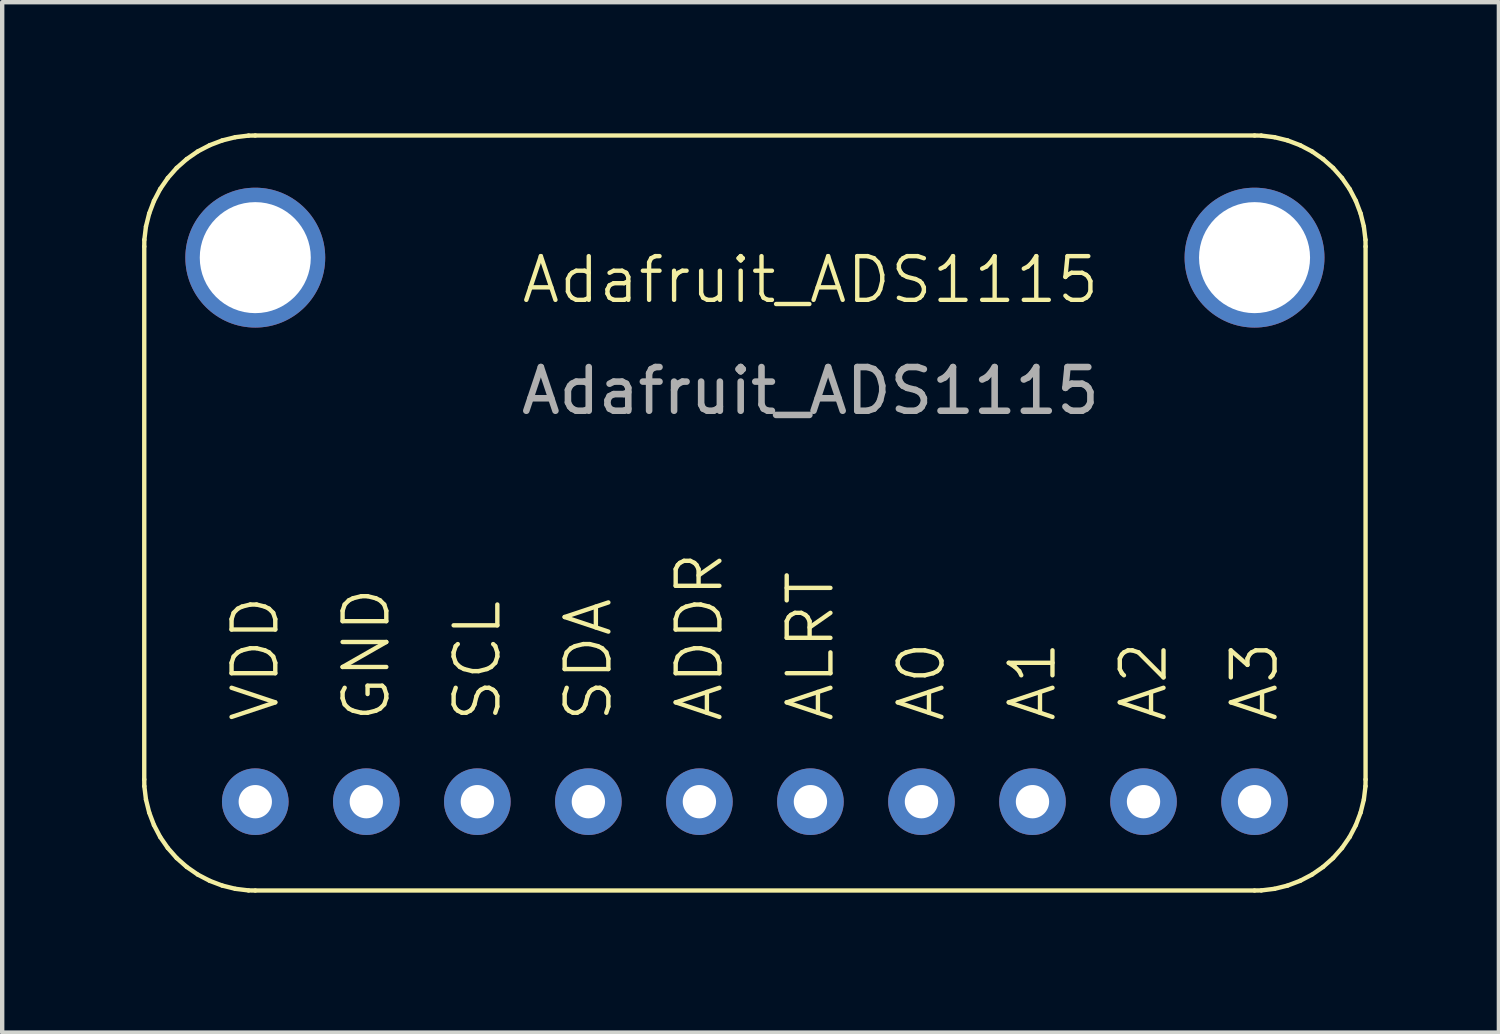
<source format=kicad_pcb>
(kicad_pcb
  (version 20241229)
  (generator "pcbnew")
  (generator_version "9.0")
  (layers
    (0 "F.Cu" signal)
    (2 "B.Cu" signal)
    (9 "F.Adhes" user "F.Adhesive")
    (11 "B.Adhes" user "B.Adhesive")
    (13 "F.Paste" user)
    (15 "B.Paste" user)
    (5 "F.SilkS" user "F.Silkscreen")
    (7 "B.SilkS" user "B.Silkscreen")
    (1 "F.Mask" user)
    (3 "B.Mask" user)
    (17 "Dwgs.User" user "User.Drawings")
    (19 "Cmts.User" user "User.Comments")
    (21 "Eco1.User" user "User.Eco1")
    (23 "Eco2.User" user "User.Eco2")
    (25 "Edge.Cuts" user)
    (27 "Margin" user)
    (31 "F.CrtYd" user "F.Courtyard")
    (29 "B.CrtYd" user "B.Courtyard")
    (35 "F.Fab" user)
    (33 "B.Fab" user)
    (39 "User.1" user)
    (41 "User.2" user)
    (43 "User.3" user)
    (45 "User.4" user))
  (footprint "Adafruit_ADS1115"
    (layer "F.Cu")
    (at 0.25 17.322)
    (property "Reference" "Adafruit_ADS1115" (at 15.24 -13.97 0) (unlocked yes) (layer "F.SilkS") (effects (font (size 1 1) (thickness 0.1))))
    (attr through_hole)
    (fp_line (start 0 -14.732) (end 0.002 -14.886) (stroke (width 0.1) (type default)) (layer "F.SilkS"))
    (fp_line (start 0 -2.54) (end 0 -14.732) (stroke (width 0.1) (type default)) (layer "F.SilkS"))
    (fp_line (start 0.002 -14.886) (end 0.039 -15.19) (stroke (width 0.1) (type default)) (layer "F.SilkS"))
    (fp_line (start 0.002 -2.386) (end 0 -2.54) (stroke (width 0.1) (type default)) (layer "F.SilkS"))
    (fp_line (start 0.039 -15.19) (end 0.113 -15.488) (stroke (width 0.1) (type default)) (layer "F.SilkS"))
    (fp_line (start 0.039 -2.082) (end 0.002 -2.386) (stroke (width 0.1) (type default)) (layer "F.SilkS"))
    (fp_line (start 0.113 -15.488) (end 0.222 -15.775) (stroke (width 0.1) (type default)) (layer "F.SilkS"))
    (fp_line (start 0.113 -1.784) (end 0.039 -2.082) (stroke (width 0.1) (type default)) (layer "F.SilkS"))
    (fp_line (start 0.222 -15.775) (end 0.364 -16.047) (stroke (width 0.1) (type default)) (layer "F.SilkS"))
    (fp_line (start 0.222 -1.497) (end 0.113 -1.784) (stroke (width 0.1) (type default)) (layer "F.SilkS"))
    (fp_line (start 0.364 -16.047) (end 0.539 -16.3) (stroke (width 0.1) (type default)) (layer "F.SilkS"))
    (fp_line (start 0.364 -1.225) (end 0.222 -1.497) (stroke (width 0.1) (type default)) (layer "F.SilkS"))
    (fp_line (start 0.539 -16.3) (end 0.742 -16.53) (stroke (width 0.1) (type default)) (layer "F.SilkS"))
    (fp_line (start 0.539 -0.972) (end 0.364 -1.225) (stroke (width 0.1) (type default)) (layer "F.SilkS"))
    (fp_line (start 0.742 -16.53) (end 0.972 -16.733) (stroke (width 0.1) (type default)) (layer "F.SilkS"))
    (fp_line (start 0.742 -0.742) (end 0.539 -0.972) (stroke (width 0.1) (type default)) (layer "F.SilkS"))
    (fp_line (start 0.972 -16.733) (end 1.225 -16.908) (stroke (width 0.1) (type default)) (layer "F.SilkS"))
    (fp_line (start 0.972 -0.539) (end 0.742 -0.742) (stroke (width 0.1) (type default)) (layer "F.SilkS"))
    (fp_line (start 1.225 -16.908) (end 1.497 -17.05) (stroke (width 0.1) (type default)) (layer "F.SilkS"))
    (fp_line (start 1.225 -0.364) (end 0.972 -0.539) (stroke (width 0.1) (type default)) (layer "F.SilkS"))
    (fp_line (start 1.497 -17.05) (end 1.784 -17.159) (stroke (width 0.1) (type default)) (layer "F.SilkS"))
    (fp_line (start 1.497 -0.222) (end 1.225 -0.364) (stroke (width 0.1) (type default)) (layer "F.SilkS"))
    (fp_line (start 1.784 -17.159) (end 2.082 -17.233) (stroke (width 0.1) (type default)) (layer "F.SilkS"))
    (fp_line (start 1.784 -0.113) (end 1.497 -0.222) (stroke (width 0.1) (type default)) (layer "F.SilkS"))
    (fp_line (start 2.082 -17.233) (end 2.386 -17.27) (stroke (width 0.1) (type default)) (layer "F.SilkS"))
    (fp_line (start 2.082 -0.039) (end 1.784 -0.113) (stroke (width 0.1) (type default)) (layer "F.SilkS"))
    (fp_line (start 2.386 -17.27) (end 2.54 -17.272) (stroke (width 0.1) (type default)) (layer "F.SilkS"))
    (fp_line (start 2.386 -0.002) (end 2.082 -0.039) (stroke (width 0.1) (type default)) (layer "F.SilkS"))
    (fp_line (start 2.54 -17.272) (end 25.4 -17.272) (stroke (width 0.1) (type default)) (layer "F.SilkS"))
    (fp_line (start 2.54 0) (end 2.386 -0.002) (stroke (width 0.1) (type default)) (layer "F.SilkS"))
    (fp_line (start 25.4 -17.272) (end 25.554 -17.27) (stroke (width 0.1) (type default)) (layer "F.SilkS"))
    (fp_line (start 25.4 0) (end 2.54 0) (stroke (width 0.1) (type default)) (layer "F.SilkS"))
    (fp_line (start 25.554 -17.27) (end 25.858 -17.233) (stroke (width 0.1) (type default)) (layer "F.SilkS"))
    (fp_line (start 25.554 -0.002) (end 25.4 0) (stroke (width 0.1) (type default)) (layer "F.SilkS"))
    (fp_line (start 25.858 -17.233) (end 26.156 -17.159) (stroke (width 0.1) (type default)) (layer "F.SilkS"))
    (fp_line (start 25.858 -0.039) (end 25.554 -0.002) (stroke (width 0.1) (type default)) (layer "F.SilkS"))
    (fp_line (start 26.156 -17.159) (end 26.443 -17.05) (stroke (width 0.1) (type default)) (layer "F.SilkS"))
    (fp_line (start 26.156 -0.113) (end 25.858 -0.039) (stroke (width 0.1) (type default)) (layer "F.SilkS"))
    (fp_line (start 26.443 -17.05) (end 26.715 -16.908) (stroke (width 0.1) (type default)) (layer "F.SilkS"))
    (fp_line (start 26.443 -0.222) (end 26.156 -0.113) (stroke (width 0.1) (type default)) (layer "F.SilkS"))
    (fp_line (start 26.715 -16.908) (end 26.968 -16.733) (stroke (width 0.1) (type default)) (layer "F.SilkS"))
    (fp_line (start 26.715 -0.364) (end 26.443 -0.222) (stroke (width 0.1) (type default)) (layer "F.SilkS"))
    (fp_line (start 26.968 -16.733) (end 27.198 -16.53) (stroke (width 0.1) (type default)) (layer "F.SilkS"))
    (fp_line (start 26.968 -0.539) (end 26.715 -0.364) (stroke (width 0.1) (type default)) (layer "F.SilkS"))
    (fp_line (start 27.198 -16.53) (end 27.401 -16.3) (stroke (width 0.1) (type default)) (layer "F.SilkS"))
    (fp_line (start 27.198 -0.742) (end 26.968 -0.539) (stroke (width 0.1) (type default)) (layer "F.SilkS"))
    (fp_line (start 27.401 -16.3) (end 27.576 -16.047) (stroke (width 0.1) (type default)) (layer "F.SilkS"))
    (fp_line (start 27.401 -0.972) (end 27.198 -0.742) (stroke (width 0.1) (type default)) (layer "F.SilkS"))
    (fp_line (start 27.576 -16.047) (end 27.718 -15.775) (stroke (width 0.1) (type default)) (layer "F.SilkS"))
    (fp_line (start 27.576 -1.225) (end 27.401 -0.972) (stroke (width 0.1) (type default)) (layer "F.SilkS"))
    (fp_line (start 27.718 -15.775) (end 27.827 -15.488) (stroke (width 0.1) (type default)) (layer "F.SilkS"))
    (fp_line (start 27.718 -1.497) (end 27.576 -1.225) (stroke (width 0.1) (type default)) (layer "F.SilkS"))
    (fp_line (start 27.827 -15.488) (end 27.901 -15.19) (stroke (width 0.1) (type default)) (layer "F.SilkS"))
    (fp_line (start 27.827 -1.784) (end 27.718 -1.497) (stroke (width 0.1) (type default)) (layer "F.SilkS"))
    (fp_line (start 27.901 -15.19) (end 27.938 -14.886) (stroke (width 0.1) (type default)) (layer "F.SilkS"))
    (fp_line (start 27.901 -2.082) (end 27.827 -1.784) (stroke (width 0.1) (type default)) (layer "F.SilkS"))
    (fp_line (start 27.938 -14.886) (end 27.94 -14.732) (stroke (width 0.1) (type default)) (layer "F.SilkS"))
    (fp_line (start 27.938 -2.386) (end 27.901 -2.082) (stroke (width 0.1) (type default)) (layer "F.SilkS"))
    (fp_line (start 27.94 -14.732) (end 27.94 -2.54) (stroke (width 0.1) (type default)) (layer "F.SilkS"))
    (fp_line (start 27.94 -2.54) (end 27.938 -2.386) (stroke (width 0.1) (type default)) (layer "F.SilkS"))
    (fp_text user "A3" (at 25.4 -3.81 90) (unlocked yes) (layer "F.SilkS") (effects (font (size 1 1) (thickness 0.1)) (justify left)))
    (fp_text user "A0" (at 17.78 -3.81 90) (unlocked yes) (layer "F.SilkS") (effects (font (size 1 1) (thickness 0.1)) (justify left)))
    (fp_text user "ALRT" (at 15.24 -3.81 90) (unlocked yes) (layer "F.SilkS") (effects (font (size 1 1) (thickness 0.1)) (justify left)))
    (fp_text user "SCL" (at 7.62 -3.81 90) (unlocked yes) (layer "F.SilkS") (effects (font (size 1 1) (thickness 0.1)) (justify left)))
    (fp_text user "VDD" (at 2.54 -3.81 90) (unlocked yes) (layer "F.SilkS") (effects (font (size 1 1) (thickness 0.1)) (justify left)))
    (fp_text user "A1" (at 20.32 -3.81 90) (unlocked yes) (layer "F.SilkS") (effects (font (size 1 1) (thickness 0.1)) (justify left)))
    (fp_text user "SDA" (at 10.16 -3.81 90) (unlocked yes) (layer "F.SilkS") (effects (font (size 1 1) (thickness 0.1)) (justify left)))
    (fp_text user "ADDR" (at 12.7 -3.81 90) (unlocked yes) (layer "F.SilkS") (effects (font (size 1 1) (thickness 0.1)) (justify left)))
    (fp_text user "A2" (at 22.86 -3.81 90) (unlocked yes) (layer "F.SilkS") (effects (font (size 1 1) (thickness 0.1)) (justify left)))
    (fp_text user "GND" (at 5.08 -3.81 90) (unlocked yes) (layer "F.SilkS") (effects (font (size 1 1) (thickness 0.1)) (justify left)))
    (fp_text user "${REFERENCE}" (at 15.24 -11.43 0) (unlocked yes) (layer "F.Fab") (effects (font (size 1 1) (thickness 0.15))))
    (pad "1" thru_hole circle (at 2.54 -2.032) (size 1.524 1.524) (drill 0.762) (layers "*.Cu" "*.Mask"))
    (pad "2" thru_hole circle (at 5.08 -2.032) (size 1.524 1.524) (drill 0.762) (layers "*.Cu" "*.Mask"))
    (pad "3" thru_hole circle (at 7.62 -2.032) (size 1.524 1.524) (drill 0.762) (layers "*.Cu" "*.Mask"))
    (pad "4" thru_hole circle (at 10.16 -2.032) (size 1.524 1.524) (drill 0.762) (layers "*.Cu" "*.Mask"))
    (pad "5" thru_hole circle (at 12.7 -2.032) (size 1.524 1.524) (drill 0.762) (layers "*.Cu" "*.Mask"))
    (pad "6" thru_hole circle (at 15.24 -2.032) (size 1.524 1.524) (drill 0.762) (layers "*.Cu" "*.Mask"))
    (pad "7" thru_hole circle (at 17.78 -2.032) (size 1.524 1.524) (drill 0.762) (layers "*.Cu" "*.Mask"))
    (pad "8" thru_hole circle (at 20.32 -2.032) (size 1.524 1.524) (drill 0.762) (layers "*.Cu" "*.Mask"))
    (pad "9" thru_hole circle (at 22.86 -2.032) (size 1.524 1.524) (drill 0.762) (layers "*.Cu" "*.Mask"))
    (pad "10" thru_hole circle (at 25.4 -2.032) (size 1.524 1.524) (drill 0.762) (layers "*.Cu" "*.Mask"))
    (pad "11" thru_hole circle (at 2.54 -14.478) (size 3.2 3.2) (drill 2.54) (layers "*.Cu" "*.Mask"))
    (pad "11" thru_hole circle (at 25.4 -14.478) (size 3.2 3.2) (drill 2.54) (layers "*.Cu" "*.Mask"))
    (zone (net_name "") (layer "F.SilkS") (hatch edge 0.5) (connect_pads) (min_thickness 0.25) (filled_areas_thickness no) (keepout (tracks allowed) (vias allowed) (pads not_allowed) (copperpour allowed) (footprints not_allowed)) (placement (enabled no)) (fill) (polygon (pts (arc (start 2.79 17.322) (mid 0.993949 16.578051) (end 0.25 14.782)) (arc (start 0.25 2.59) (mid 0.993949 0.793949) (end 2.79 0.05)) (arc (start 25.65 0.05) (mid 27.446051 0.793949) (end 28.19 2.59)) (arc (start 28.19 14.782) (mid 27.446051 16.578051) (end 25.65 17.322))))))
  (gr_rect
    (start -3 -3)
    (end 31.24 20.572)
    (stroke (width 0.1) (type default))
    (fill no)
    (layer "Edge.Cuts")))
</source>
